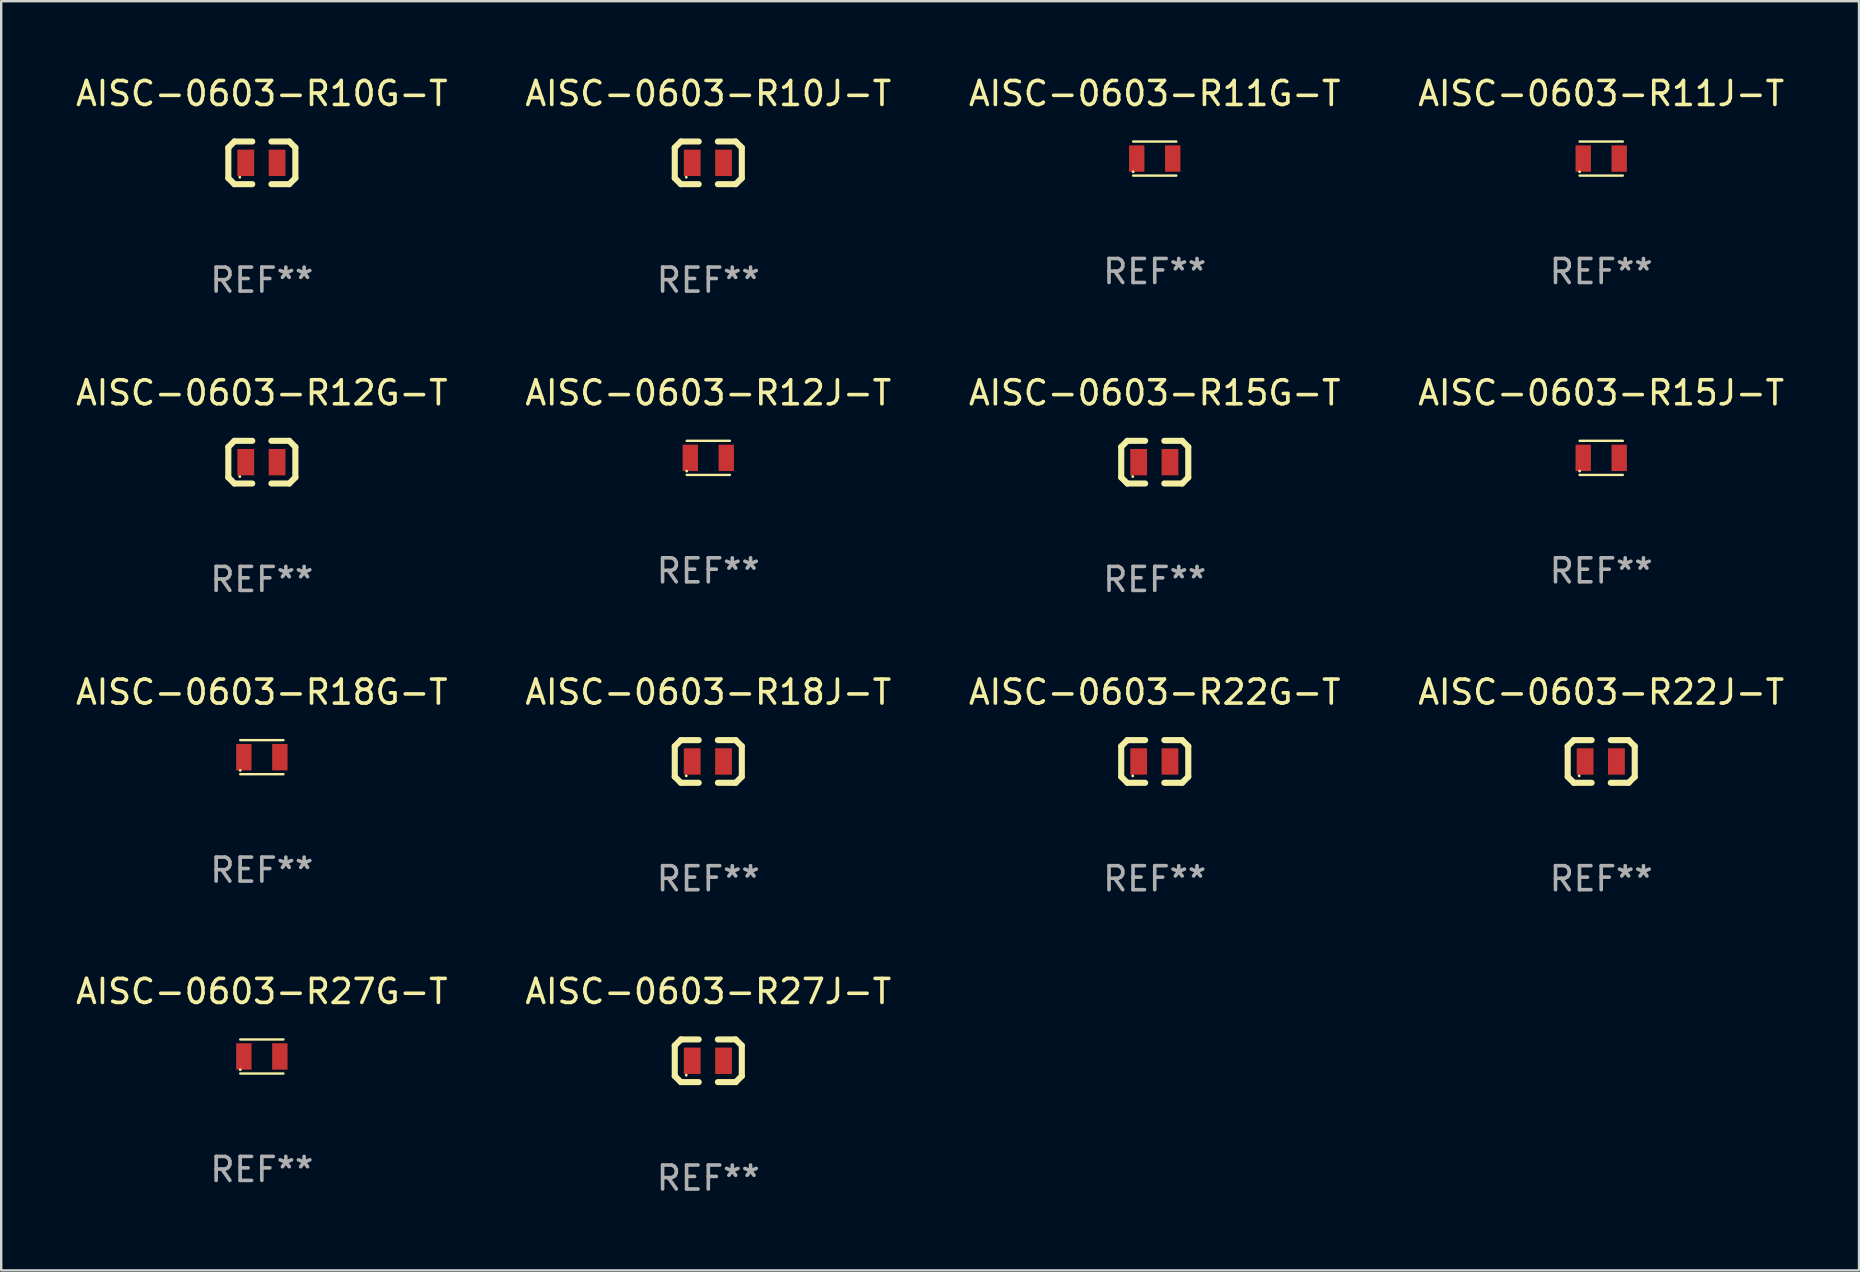
<source format=kicad_pcb>
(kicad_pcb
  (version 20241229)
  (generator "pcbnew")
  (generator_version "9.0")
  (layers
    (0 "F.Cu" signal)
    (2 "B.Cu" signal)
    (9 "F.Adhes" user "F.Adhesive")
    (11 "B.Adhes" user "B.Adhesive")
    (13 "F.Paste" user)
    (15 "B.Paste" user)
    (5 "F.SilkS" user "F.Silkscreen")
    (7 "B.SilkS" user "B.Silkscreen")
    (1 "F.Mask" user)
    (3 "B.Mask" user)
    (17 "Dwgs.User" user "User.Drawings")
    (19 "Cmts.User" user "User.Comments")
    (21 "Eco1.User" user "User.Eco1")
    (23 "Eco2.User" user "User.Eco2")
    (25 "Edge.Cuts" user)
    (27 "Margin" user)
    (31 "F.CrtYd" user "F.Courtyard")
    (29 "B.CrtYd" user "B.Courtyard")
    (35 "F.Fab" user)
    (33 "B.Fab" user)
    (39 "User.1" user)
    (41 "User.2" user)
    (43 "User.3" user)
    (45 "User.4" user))
  (footprint "AISC-0603-R11J-T"
    (layer "F.Cu")
    (at 63.685 3.558)
    (property "Reference" "AISC-0603-R11J-T" (at 0 -2.71 0) (layer "F.SilkS") (effects (font (size 1 1) (thickness 0.15))))
    (attr through_hole)
    (fp_line (start -0.9 -0.71) (end 0.9 -0.71) (stroke (width 0.1) (type solid)) (layer "F.SilkS"))
    (fp_line (start 0.9 0.71) (end -0.9 0.71) (stroke (width 0.1) (type solid)) (layer "F.SilkS"))
    (fp_circle (center -0.9 0.55) (end -0.87 0.55) (stroke (width 0.06) (type solid)) (fill no) (layer "F.SilkS"))
    (fp_text user "REF**" (at 0 4.71 0) (layer "F.Fab") (effects (font (size 1 1) (thickness 0.15))))
    (pad "1" smd rect (at -0.75 0) (size 0.64 1.1) (layers "F.Cu" "F.Mask" "F.Paste"))
    (pad "2" smd rect (at 0.75 0) (size 0.64 1.1) (layers "F.Cu" "F.Mask" "F.Paste")))
  (footprint "AISC-0603-R15G-T"
    (layer "F.Cu")
    (at 45.077 16.212)
    (property "Reference" "AISC-0603-R15G-T" (at 0 -2.889 0) (layer "F.SilkS") (effects (font (size 1 1) (thickness 0.15))))
    (attr through_hole)
    (fp_line (start -1.397 -0.635) (end -1.397 0.635) (stroke (width 0.254) (type solid)) (layer "F.SilkS"))
    (fp_line (start -1.397 0.635) (end -1.143 0.889) (stroke (width 0.254) (type solid)) (layer "F.SilkS"))
    (fp_line (start -1.143 -0.889) (end -1.397 -0.635) (stroke (width 0.254) (type solid)) (layer "F.SilkS"))
    (fp_line (start -1.143 -0.889) (end -0.399 -0.889) (stroke (width 0.254) (type solid)) (layer "F.SilkS"))
    (fp_line (start -1.143 0.889) (end -0.399 0.889) (stroke (width 0.254) (type solid)) (layer "F.SilkS"))
    (fp_line (start 1.143 -0.889) (end 0.399 -0.889) (stroke (width 0.254) (type solid)) (layer "F.SilkS"))
    (fp_line (start 1.143 0.889) (end 0.399 0.889) (stroke (width 0.254) (type solid)) (layer "F.SilkS"))
    (fp_line (start 1.143 0.889) (end 1.397 0.635) (stroke (width 0.254) (type solid)) (layer "F.SilkS"))
    (fp_line (start 1.397 -0.635) (end 1.143 -0.889) (stroke (width 0.254) (type solid)) (layer "F.SilkS"))
    (fp_line (start 1.397 0.635) (end 1.397 -0.635) (stroke (width 0.254) (type solid)) (layer "F.SilkS"))
    (fp_circle (center -0.918 0.6) (end -0.888 0.6) (stroke (width 0.06) (type solid)) (fill no) (layer "F.SilkS"))
    (fp_text user "REF**" (at 0 4.889 0) (layer "F.Fab") (effects (font (size 1 1) (thickness 0.15))))
    (pad "1" smd rect (at -0.67 0) (size 0.7 1.1) (layers "F.Cu" "F.Mask" "F.Paste"))
    (pad "2" smd rect (at 0.635 0) (size 0.7 1.1) (layers "F.Cu" "F.Mask" "F.Paste")))
  (footprint "AISC-0603-R12G-T"
    (layer "F.Cu")
    (at 7.863 16.212)
    (property "Reference" "AISC-0603-R12G-T" (at 0 -2.889 0) (layer "F.SilkS") (effects (font (size 1 1) (thickness 0.15))))
    (attr through_hole)
    (fp_line (start -1.397 -0.635) (end -1.397 0.635) (stroke (width 0.254) (type solid)) (layer "F.SilkS"))
    (fp_line (start -1.397 0.635) (end -1.143 0.889) (stroke (width 0.254) (type solid)) (layer "F.SilkS"))
    (fp_line (start -1.143 -0.889) (end -1.397 -0.635) (stroke (width 0.254) (type solid)) (layer "F.SilkS"))
    (fp_line (start -1.143 -0.889) (end -0.399 -0.889) (stroke (width 0.254) (type solid)) (layer "F.SilkS"))
    (fp_line (start -1.143 0.889) (end -0.399 0.889) (stroke (width 0.254) (type solid)) (layer "F.SilkS"))
    (fp_line (start 1.143 -0.889) (end 0.399 -0.889) (stroke (width 0.254) (type solid)) (layer "F.SilkS"))
    (fp_line (start 1.143 0.889) (end 0.399 0.889) (stroke (width 0.254) (type solid)) (layer "F.SilkS"))
    (fp_line (start 1.143 0.889) (end 1.397 0.635) (stroke (width 0.254) (type solid)) (layer "F.SilkS"))
    (fp_line (start 1.397 -0.635) (end 1.143 -0.889) (stroke (width 0.254) (type solid)) (layer "F.SilkS"))
    (fp_line (start 1.397 0.635) (end 1.397 -0.635) (stroke (width 0.254) (type solid)) (layer "F.SilkS"))
    (fp_circle (center -0.918 0.6) (end -0.888 0.6) (stroke (width 0.06) (type solid)) (fill no) (layer "F.SilkS"))
    (fp_text user "REF**" (at 0 4.889 0) (layer "F.Fab") (effects (font (size 1 1) (thickness 0.15))))
    (pad "1" smd rect (at -0.67 0) (size 0.7 1.1) (layers "F.Cu" "F.Mask" "F.Paste"))
    (pad "2" smd rect (at 0.635 0) (size 0.7 1.1) (layers "F.Cu" "F.Mask" "F.Paste")))
  (footprint "AISC-0603-R12J-T"
    (layer "F.Cu")
    (at 26.47 16.033)
    (property "Reference" "AISC-0603-R12J-T" (at 0 -2.71 0) (layer "F.SilkS") (effects (font (size 1 1) (thickness 0.15))))
    (attr through_hole)
    (fp_line (start -0.9 -0.71) (end 0.9 -0.71) (stroke (width 0.1) (type solid)) (layer "F.SilkS"))
    (fp_line (start 0.9 0.71) (end -0.9 0.71) (stroke (width 0.1) (type solid)) (layer "F.SilkS"))
    (fp_circle (center -0.9 0.55) (end -0.87 0.55) (stroke (width 0.06) (type solid)) (fill no) (layer "F.SilkS"))
    (fp_text user "REF**" (at 0 4.71 0) (layer "F.Fab") (effects (font (size 1 1) (thickness 0.15))))
    (pad "1" smd rect (at -0.75 0) (size 0.64 1.1) (layers "F.Cu" "F.Mask" "F.Paste"))
    (pad "2" smd rect (at 0.75 0) (size 0.64 1.1) (layers "F.Cu" "F.Mask" "F.Paste")))
  (footprint "AISC-0603-R15J-T"
    (layer "F.Cu")
    (at 63.685 16.033)
    (property "Reference" "AISC-0603-R15J-T" (at 0 -2.71 0) (layer "F.SilkS") (effects (font (size 1 1) (thickness 0.15))))
    (attr through_hole)
    (fp_line (start -0.9 -0.71) (end 0.9 -0.71) (stroke (width 0.1) (type solid)) (layer "F.SilkS"))
    (fp_line (start 0.9 0.71) (end -0.9 0.71) (stroke (width 0.1) (type solid)) (layer "F.SilkS"))
    (fp_circle (center -0.9 0.55) (end -0.87 0.55) (stroke (width 0.06) (type solid)) (fill no) (layer "F.SilkS"))
    (fp_text user "REF**" (at 0 4.71 0) (layer "F.Fab") (effects (font (size 1 1) (thickness 0.15))))
    (pad "1" smd rect (at -0.75 0) (size 0.64 1.1) (layers "F.Cu" "F.Mask" "F.Paste"))
    (pad "2" smd rect (at 0.75 0) (size 0.64 1.1) (layers "F.Cu" "F.Mask" "F.Paste")))
  (footprint "AISC-0603-R22J-T"
    (layer "F.Cu")
    (at 63.685 28.686)
    (property "Reference" "AISC-0603-R22J-T" (at 0 -2.889 0) (layer "F.SilkS") (effects (font (size 1 1) (thickness 0.15))))
    (attr through_hole)
    (fp_line (start -1.397 -0.635) (end -1.397 0.635) (stroke (width 0.254) (type solid)) (layer "F.SilkS"))
    (fp_line (start -1.397 0.635) (end -1.143 0.889) (stroke (width 0.254) (type solid)) (layer "F.SilkS"))
    (fp_line (start -1.143 -0.889) (end -1.397 -0.635) (stroke (width 0.254) (type solid)) (layer "F.SilkS"))
    (fp_line (start -1.143 -0.889) (end -0.399 -0.889) (stroke (width 0.254) (type solid)) (layer "F.SilkS"))
    (fp_line (start -1.143 0.889) (end -0.399 0.889) (stroke (width 0.254) (type solid)) (layer "F.SilkS"))
    (fp_line (start 1.143 -0.889) (end 0.399 -0.889) (stroke (width 0.254) (type solid)) (layer "F.SilkS"))
    (fp_line (start 1.143 0.889) (end 0.399 0.889) (stroke (width 0.254) (type solid)) (layer "F.SilkS"))
    (fp_line (start 1.143 0.889) (end 1.397 0.635) (stroke (width 0.254) (type solid)) (layer "F.SilkS"))
    (fp_line (start 1.397 -0.635) (end 1.143 -0.889) (stroke (width 0.254) (type solid)) (layer "F.SilkS"))
    (fp_line (start 1.397 0.635) (end 1.397 -0.635) (stroke (width 0.254) (type solid)) (layer "F.SilkS"))
    (fp_circle (center -0.918 0.6) (end -0.888 0.6) (stroke (width 0.06) (type solid)) (fill no) (layer "F.SilkS"))
    (fp_text user "REF**" (at 0 4.889 0) (layer "F.Fab") (effects (font (size 1 1) (thickness 0.15))))
    (pad "1" smd rect (at -0.67 0) (size 0.7 1.1) (layers "F.Cu" "F.Mask" "F.Paste"))
    (pad "2" smd rect (at 0.635 0) (size 0.7 1.1) (layers "F.Cu" "F.Mask" "F.Paste")))
  (footprint "AISC-0603-R27J-T"
    (layer "F.Cu")
    (at 26.47 41.161)
    (property "Reference" "AISC-0603-R27J-T" (at 0 -2.889 0) (layer "F.SilkS") (effects (font (size 1 1) (thickness 0.15))))
    (attr through_hole)
    (fp_line (start -1.397 -0.635) (end -1.397 0.635) (stroke (width 0.254) (type solid)) (layer "F.SilkS"))
    (fp_line (start -1.397 0.635) (end -1.143 0.889) (stroke (width 0.254) (type solid)) (layer "F.SilkS"))
    (fp_line (start -1.143 -0.889) (end -1.397 -0.635) (stroke (width 0.254) (type solid)) (layer "F.SilkS"))
    (fp_line (start -1.143 -0.889) (end -0.399 -0.889) (stroke (width 0.254) (type solid)) (layer "F.SilkS"))
    (fp_line (start -1.143 0.889) (end -0.399 0.889) (stroke (width 0.254) (type solid)) (layer "F.SilkS"))
    (fp_line (start 1.143 -0.889) (end 0.399 -0.889) (stroke (width 0.254) (type solid)) (layer "F.SilkS"))
    (fp_line (start 1.143 0.889) (end 0.399 0.889) (stroke (width 0.254) (type solid)) (layer "F.SilkS"))
    (fp_line (start 1.143 0.889) (end 1.397 0.635) (stroke (width 0.254) (type solid)) (layer "F.SilkS"))
    (fp_line (start 1.397 -0.635) (end 1.143 -0.889) (stroke (width 0.254) (type solid)) (layer "F.SilkS"))
    (fp_line (start 1.397 0.635) (end 1.397 -0.635) (stroke (width 0.254) (type solid)) (layer "F.SilkS"))
    (fp_circle (center -0.918 0.6) (end -0.888 0.6) (stroke (width 0.06) (type solid)) (fill no) (layer "F.SilkS"))
    (fp_text user "REF**" (at 0 4.889 0) (layer "F.Fab") (effects (font (size 1 1) (thickness 0.15))))
    (pad "1" smd rect (at -0.67 0) (size 0.7 1.1) (layers "F.Cu" "F.Mask" "F.Paste"))
    (pad "2" smd rect (at 0.635 0) (size 0.7 1.1) (layers "F.Cu" "F.Mask" "F.Paste")))
  (footprint "AISC-0603-R18G-T"
    (layer "F.Cu")
    (at 7.863 28.507)
    (property "Reference" "AISC-0603-R18G-T" (at 0 -2.71 0) (layer "F.SilkS") (effects (font (size 1 1) (thickness 0.15))))
    (attr through_hole)
    (fp_line (start -0.9 -0.71) (end 0.9 -0.71) (stroke (width 0.1) (type solid)) (layer "F.SilkS"))
    (fp_line (start 0.9 0.71) (end -0.9 0.71) (stroke (width 0.1) (type solid)) (layer "F.SilkS"))
    (fp_circle (center -0.9 0.55) (end -0.87 0.55) (stroke (width 0.06) (type solid)) (fill no) (layer "F.SilkS"))
    (fp_text user "REF**" (at 0 4.71 0) (layer "F.Fab") (effects (font (size 1 1) (thickness 0.15))))
    (pad "1" smd rect (at -0.75 0) (size 0.64 1.1) (layers "F.Cu" "F.Mask" "F.Paste"))
    (pad "2" smd rect (at 0.75 0) (size 0.64 1.1) (layers "F.Cu" "F.Mask" "F.Paste")))
  (footprint "AISC-0603-R10J-T"
    (layer "F.Cu")
    (at 26.47 3.737)
    (property "Reference" "AISC-0603-R10J-T" (at 0 -2.889 0) (layer "F.SilkS") (effects (font (size 1 1) (thickness 0.15))))
    (attr through_hole)
    (fp_line (start -1.397 -0.635) (end -1.397 0.635) (stroke (width 0.254) (type solid)) (layer "F.SilkS"))
    (fp_line (start -1.397 0.635) (end -1.143 0.889) (stroke (width 0.254) (type solid)) (layer "F.SilkS"))
    (fp_line (start -1.143 -0.889) (end -1.397 -0.635) (stroke (width 0.254) (type solid)) (layer "F.SilkS"))
    (fp_line (start -1.143 -0.889) (end -0.399 -0.889) (stroke (width 0.254) (type solid)) (layer "F.SilkS"))
    (fp_line (start -1.143 0.889) (end -0.399 0.889) (stroke (width 0.254) (type solid)) (layer "F.SilkS"))
    (fp_line (start 1.143 -0.889) (end 0.399 -0.889) (stroke (width 0.254) (type solid)) (layer "F.SilkS"))
    (fp_line (start 1.143 0.889) (end 0.399 0.889) (stroke (width 0.254) (type solid)) (layer "F.SilkS"))
    (fp_line (start 1.143 0.889) (end 1.397 0.635) (stroke (width 0.254) (type solid)) (layer "F.SilkS"))
    (fp_line (start 1.397 -0.635) (end 1.143 -0.889) (stroke (width 0.254) (type solid)) (layer "F.SilkS"))
    (fp_line (start 1.397 0.635) (end 1.397 -0.635) (stroke (width 0.254) (type solid)) (layer "F.SilkS"))
    (fp_circle (center -0.918 0.6) (end -0.888 0.6) (stroke (width 0.06) (type solid)) (fill no) (layer "F.SilkS"))
    (fp_text user "REF**" (at 0 4.889 0) (layer "F.Fab") (effects (font (size 1 1) (thickness 0.15))))
    (pad "1" smd rect (at -0.67 0) (size 0.7 1.1) (layers "F.Cu" "F.Mask" "F.Paste"))
    (pad "2" smd rect (at 0.635 0) (size 0.7 1.1) (layers "F.Cu" "F.Mask" "F.Paste")))
  (footprint "AISC-0603-R22G-T"
    (layer "F.Cu")
    (at 45.077 28.686)
    (property "Reference" "AISC-0603-R22G-T" (at 0 -2.889 0) (layer "F.SilkS") (effects (font (size 1 1) (thickness 0.15))))
    (attr through_hole)
    (fp_line (start -1.397 -0.635) (end -1.397 0.635) (stroke (width 0.254) (type solid)) (layer "F.SilkS"))
    (fp_line (start -1.397 0.635) (end -1.143 0.889) (stroke (width 0.254) (type solid)) (layer "F.SilkS"))
    (fp_line (start -1.143 -0.889) (end -1.397 -0.635) (stroke (width 0.254) (type solid)) (layer "F.SilkS"))
    (fp_line (start -1.143 -0.889) (end -0.399 -0.889) (stroke (width 0.254) (type solid)) (layer "F.SilkS"))
    (fp_line (start -1.143 0.889) (end -0.399 0.889) (stroke (width 0.254) (type solid)) (layer "F.SilkS"))
    (fp_line (start 1.143 -0.889) (end 0.399 -0.889) (stroke (width 0.254) (type solid)) (layer "F.SilkS"))
    (fp_line (start 1.143 0.889) (end 0.399 0.889) (stroke (width 0.254) (type solid)) (layer "F.SilkS"))
    (fp_line (start 1.143 0.889) (end 1.397 0.635) (stroke (width 0.254) (type solid)) (layer "F.SilkS"))
    (fp_line (start 1.397 -0.635) (end 1.143 -0.889) (stroke (width 0.254) (type solid)) (layer "F.SilkS"))
    (fp_line (start 1.397 0.635) (end 1.397 -0.635) (stroke (width 0.254) (type solid)) (layer "F.SilkS"))
    (fp_circle (center -0.918 0.6) (end -0.888 0.6) (stroke (width 0.06) (type solid)) (fill no) (layer "F.SilkS"))
    (fp_text user "REF**" (at 0 4.889 0) (layer "F.Fab") (effects (font (size 1 1) (thickness 0.15))))
    (pad "1" smd rect (at -0.67 0) (size 0.7 1.1) (layers "F.Cu" "F.Mask" "F.Paste"))
    (pad "2" smd rect (at 0.635 0) (size 0.7 1.1) (layers "F.Cu" "F.Mask" "F.Paste")))
  (footprint "AISC-0603-R27G-T"
    (layer "F.Cu")
    (at 7.863 40.982)
    (property "Reference" "AISC-0603-R27G-T" (at 0 -2.71 0) (layer "F.SilkS") (effects (font (size 1 1) (thickness 0.15))))
    (attr through_hole)
    (fp_line (start -0.9 -0.71) (end 0.9 -0.71) (stroke (width 0.1) (type solid)) (layer "F.SilkS"))
    (fp_line (start 0.9 0.71) (end -0.9 0.71) (stroke (width 0.1) (type solid)) (layer "F.SilkS"))
    (fp_circle (center -0.9 0.55) (end -0.87 0.55) (stroke (width 0.06) (type solid)) (fill no) (layer "F.SilkS"))
    (fp_text user "REF**" (at 0 4.71 0) (layer "F.Fab") (effects (font (size 1 1) (thickness 0.15))))
    (pad "1" smd rect (at -0.75 0) (size 0.64 1.1) (layers "F.Cu" "F.Mask" "F.Paste"))
    (pad "2" smd rect (at 0.75 0) (size 0.64 1.1) (layers "F.Cu" "F.Mask" "F.Paste")))
  (footprint "AISC-0603-R11G-T"
    (layer "F.Cu")
    (at 45.077 3.558)
    (property "Reference" "AISC-0603-R11G-T" (at 0 -2.71 0) (layer "F.SilkS") (effects (font (size 1 1) (thickness 0.15))))
    (attr through_hole)
    (fp_line (start -0.9 -0.71) (end 0.9 -0.71) (stroke (width 0.1) (type solid)) (layer "F.SilkS"))
    (fp_line (start 0.9 0.71) (end -0.9 0.71) (stroke (width 0.1) (type solid)) (layer "F.SilkS"))
    (fp_circle (center -0.9 0.55) (end -0.87 0.55) (stroke (width 0.06) (type solid)) (fill no) (layer "F.SilkS"))
    (fp_text user "REF**" (at 0 4.71 0) (layer "F.Fab") (effects (font (size 1 1) (thickness 0.15))))
    (pad "1" smd rect (at -0.75 0) (size 0.64 1.1) (layers "F.Cu" "F.Mask" "F.Paste"))
    (pad "2" smd rect (at 0.75 0) (size 0.64 1.1) (layers "F.Cu" "F.Mask" "F.Paste")))
  (footprint "AISC-0603-R10G-T"
    (layer "F.Cu")
    (at 7.863 3.737)
    (property "Reference" "AISC-0603-R10G-T" (at 0 -2.889 0) (layer "F.SilkS") (effects (font (size 1 1) (thickness 0.15))))
    (attr through_hole)
    (fp_line (start -1.397 -0.635) (end -1.397 0.635) (stroke (width 0.254) (type solid)) (layer "F.SilkS"))
    (fp_line (start -1.397 0.635) (end -1.143 0.889) (stroke (width 0.254) (type solid)) (layer "F.SilkS"))
    (fp_line (start -1.143 -0.889) (end -1.397 -0.635) (stroke (width 0.254) (type solid)) (layer "F.SilkS"))
    (fp_line (start -1.143 -0.889) (end -0.399 -0.889) (stroke (width 0.254) (type solid)) (layer "F.SilkS"))
    (fp_line (start -1.143 0.889) (end -0.399 0.889) (stroke (width 0.254) (type solid)) (layer "F.SilkS"))
    (fp_line (start 1.143 -0.889) (end 0.399 -0.889) (stroke (width 0.254) (type solid)) (layer "F.SilkS"))
    (fp_line (start 1.143 0.889) (end 0.399 0.889) (stroke (width 0.254) (type solid)) (layer "F.SilkS"))
    (fp_line (start 1.143 0.889) (end 1.397 0.635) (stroke (width 0.254) (type solid)) (layer "F.SilkS"))
    (fp_line (start 1.397 -0.635) (end 1.143 -0.889) (stroke (width 0.254) (type solid)) (layer "F.SilkS"))
    (fp_line (start 1.397 0.635) (end 1.397 -0.635) (stroke (width 0.254) (type solid)) (layer "F.SilkS"))
    (fp_circle (center -0.918 0.6) (end -0.888 0.6) (stroke (width 0.06) (type solid)) (fill no) (layer "F.SilkS"))
    (fp_text user "REF**" (at 0 4.889 0) (layer "F.Fab") (effects (font (size 1 1) (thickness 0.15))))
    (pad "1" smd rect (at -0.67 0) (size 0.7 1.1) (layers "F.Cu" "F.Mask" "F.Paste"))
    (pad "2" smd rect (at 0.635 0) (size 0.7 1.1) (layers "F.Cu" "F.Mask" "F.Paste")))
  (footprint "AISC-0603-R18J-T"
    (layer "F.Cu")
    (at 26.47 28.686)
    (property "Reference" "AISC-0603-R18J-T" (at 0 -2.889 0) (layer "F.SilkS") (effects (font (size 1 1) (thickness 0.15))))
    (attr through_hole)
    (fp_line (start -1.397 -0.635) (end -1.397 0.635) (stroke (width 0.254) (type solid)) (layer "F.SilkS"))
    (fp_line (start -1.397 0.635) (end -1.143 0.889) (stroke (width 0.254) (type solid)) (layer "F.SilkS"))
    (fp_line (start -1.143 -0.889) (end -1.397 -0.635) (stroke (width 0.254) (type solid)) (layer "F.SilkS"))
    (fp_line (start -1.143 -0.889) (end -0.399 -0.889) (stroke (width 0.254) (type solid)) (layer "F.SilkS"))
    (fp_line (start -1.143 0.889) (end -0.399 0.889) (stroke (width 0.254) (type solid)) (layer "F.SilkS"))
    (fp_line (start 1.143 -0.889) (end 0.399 -0.889) (stroke (width 0.254) (type solid)) (layer "F.SilkS"))
    (fp_line (start 1.143 0.889) (end 0.399 0.889) (stroke (width 0.254) (type solid)) (layer "F.SilkS"))
    (fp_line (start 1.143 0.889) (end 1.397 0.635) (stroke (width 0.254) (type solid)) (layer "F.SilkS"))
    (fp_line (start 1.397 -0.635) (end 1.143 -0.889) (stroke (width 0.254) (type solid)) (layer "F.SilkS"))
    (fp_line (start 1.397 0.635) (end 1.397 -0.635) (stroke (width 0.254) (type solid)) (layer "F.SilkS"))
    (fp_circle (center -0.918 0.6) (end -0.888 0.6) (stroke (width 0.06) (type solid)) (fill no) (layer "F.SilkS"))
    (fp_text user "REF**" (at 0 4.889 0) (layer "F.Fab") (effects (font (size 1 1) (thickness 0.15))))
    (pad "1" smd rect (at -0.67 0) (size 0.7 1.1) (layers "F.Cu" "F.Mask" "F.Paste"))
    (pad "2" smd rect (at 0.635 0) (size 0.7 1.1) (layers "F.Cu" "F.Mask" "F.Paste")))
  (gr_rect
    (start -3 -3)
    (end 74.429 49.898)
    (stroke (width 0.1) (type default))
    (fill no)
    (layer "Edge.Cuts")))
</source>
